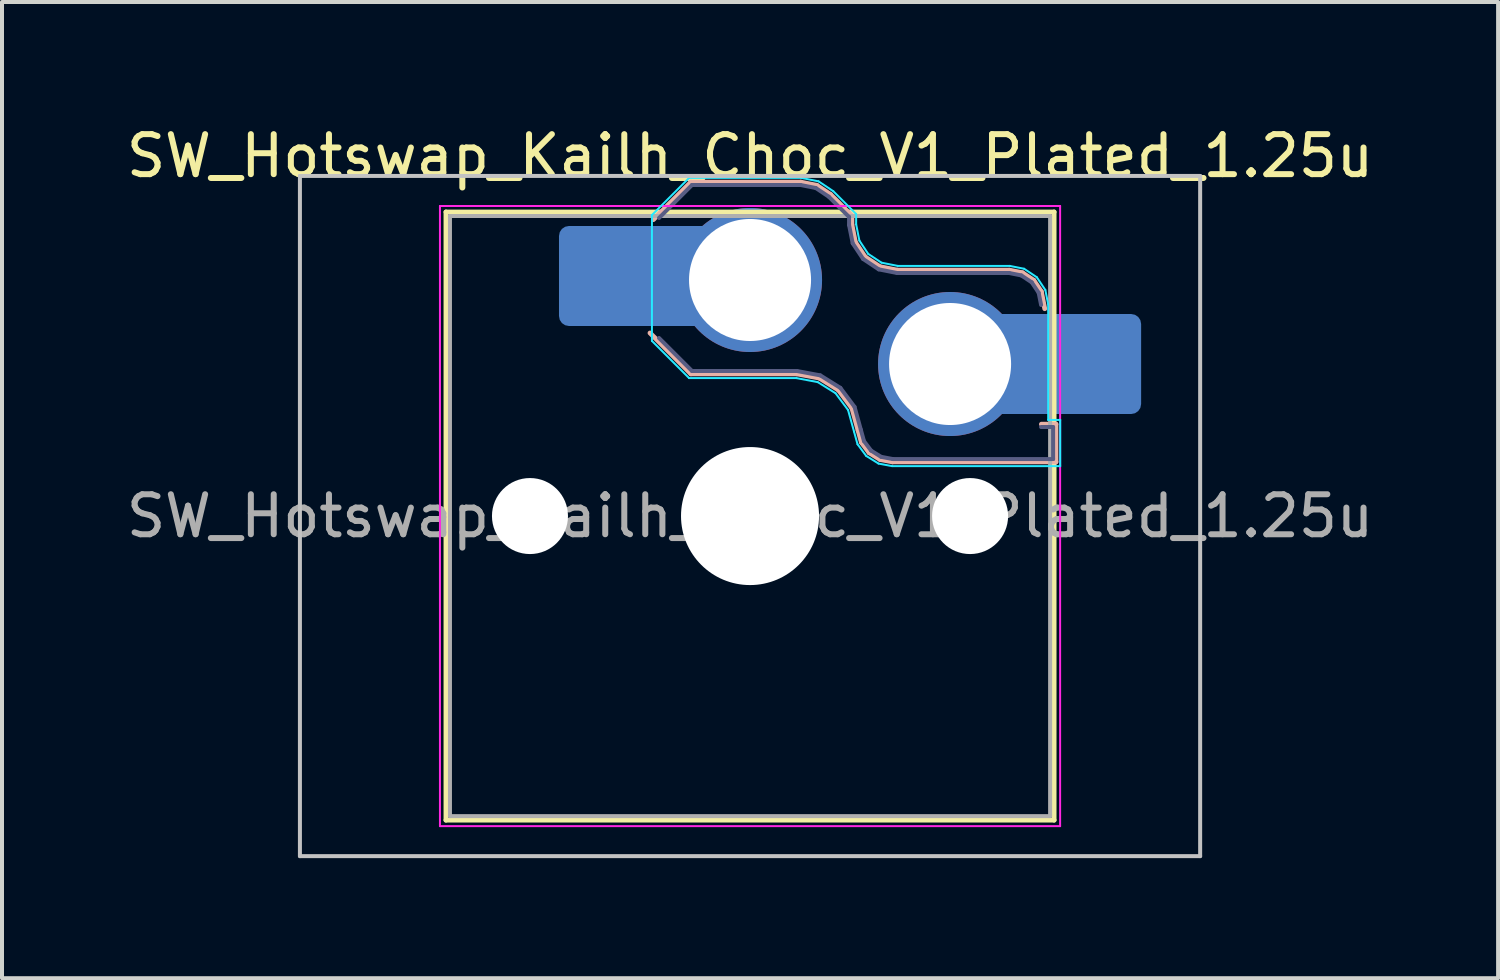
<source format=kicad_pcb>
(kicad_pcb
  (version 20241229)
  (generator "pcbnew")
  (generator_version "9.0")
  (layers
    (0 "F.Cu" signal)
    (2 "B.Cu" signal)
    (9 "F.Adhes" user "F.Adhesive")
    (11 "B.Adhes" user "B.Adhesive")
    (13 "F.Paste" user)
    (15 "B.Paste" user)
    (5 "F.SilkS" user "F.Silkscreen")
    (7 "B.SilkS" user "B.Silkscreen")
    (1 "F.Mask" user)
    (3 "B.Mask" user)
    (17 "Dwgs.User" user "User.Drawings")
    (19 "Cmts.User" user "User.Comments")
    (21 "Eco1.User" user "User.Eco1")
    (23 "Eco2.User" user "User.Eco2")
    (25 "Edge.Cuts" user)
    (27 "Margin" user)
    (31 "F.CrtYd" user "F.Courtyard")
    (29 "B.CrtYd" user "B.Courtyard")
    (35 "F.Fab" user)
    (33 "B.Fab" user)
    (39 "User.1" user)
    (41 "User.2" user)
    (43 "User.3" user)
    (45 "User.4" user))
  (footprint "SW_Hotswap_Kailh_Choc_V1_Plated_1.25u"
    (layer "F.Cu")
    (at 15.696 9.848)
    (property "Reference" "SW_Hotswap_Kailh_Choc_V1_Plated_1.25u" (at 0 -9 0) (layer "F.SilkS") (effects (font (size 1 1) (thickness 0.15))))
    (attr smd)
    (fp_line (start -7.6 -7.6) (end -7.6 7.6) (stroke (width 0.12) (type solid)) (layer "F.SilkS"))
    (fp_line (start -7.6 7.6) (end 7.6 7.6) (stroke (width 0.12) (type solid)) (layer "F.SilkS"))
    (fp_line (start 7.6 -7.6) (end -7.6 -7.6) (stroke (width 0.12) (type solid)) (layer "F.SilkS"))
    (fp_line (start 7.6 7.6) (end 7.6 -7.6) (stroke (width 0.12) (type solid)) (layer "F.SilkS"))
    (fp_line (start -2.416 -7.409) (end -1.479 -8.346) (stroke (width 0.12) (type solid)) (layer "B.SilkS"))
    (fp_line (start -1.479 -8.346) (end 1.268 -8.346) (stroke (width 0.12) (type solid)) (layer "B.SilkS"))
    (fp_line (start -1.479 -3.554) (end -2.5 -4.575) (stroke (width 0.12) (type solid)) (layer "B.SilkS"))
    (fp_line (start 1.168 -3.554) (end -1.479 -3.554) (stroke (width 0.12) (type solid)) (layer "B.SilkS"))
    (fp_line (start 1.268 -8.346) (end 1.671 -8.266) (stroke (width 0.12) (type solid)) (layer "B.SilkS"))
    (fp_line (start 1.671 -8.266) (end 2.013 -8.037) (stroke (width 0.12) (type solid)) (layer "B.SilkS"))
    (fp_line (start 1.73 -3.449) (end 1.168 -3.554) (stroke (width 0.12) (type solid)) (layer "B.SilkS"))
    (fp_line (start 2.013 -8.037) (end 2.546 -7.504) (stroke (width 0.12) (type solid)) (layer "B.SilkS"))
    (fp_line (start 2.209 -3.15) (end 1.73 -3.449) (stroke (width 0.12) (type solid)) (layer "B.SilkS"))
    (fp_line (start 2.546 -7.504) (end 2.546 -7.282) (stroke (width 0.12) (type solid)) (layer "B.SilkS"))
    (fp_line (start 2.546 -7.282) (end 2.633 -6.844) (stroke (width 0.12) (type solid)) (layer "B.SilkS"))
    (fp_line (start 2.547 -2.697) (end 2.209 -3.15) (stroke (width 0.12) (type solid)) (layer "B.SilkS"))
    (fp_line (start 2.633 -6.844) (end 2.877 -6.477) (stroke (width 0.12) (type solid)) (layer "B.SilkS"))
    (fp_line (start 2.701 -2.139) (end 2.547 -2.697) (stroke (width 0.12) (type solid)) (layer "B.SilkS"))
    (fp_line (start 2.783 -1.841) (end 2.701 -2.139) (stroke (width 0.12) (type solid)) (layer "B.SilkS"))
    (fp_line (start 2.877 -6.477) (end 3.244 -6.233) (stroke (width 0.12) (type solid)) (layer "B.SilkS"))
    (fp_line (start 2.976 -1.583) (end 2.783 -1.841) (stroke (width 0.12) (type solid)) (layer "B.SilkS"))
    (fp_line (start 3.244 -6.233) (end 3.682 -6.146) (stroke (width 0.12) (type solid)) (layer "B.SilkS"))
    (fp_line (start 3.25 -1.413) (end 2.976 -1.583) (stroke (width 0.12) (type solid)) (layer "B.SilkS"))
    (fp_line (start 3.56 -1.354) (end 3.25 -1.413) (stroke (width 0.12) (type solid)) (layer "B.SilkS"))
    (fp_line (start 3.682 -6.146) (end 6.482 -6.146) (stroke (width 0.12) (type solid)) (layer "B.SilkS"))
    (fp_line (start 6.482 -6.146) (end 6.809 -6.081) (stroke (width 0.12) (type solid)) (layer "B.SilkS"))
    (fp_line (start 6.809 -6.081) (end 7.092 -5.892) (stroke (width 0.12) (type solid)) (layer "B.SilkS"))
    (fp_line (start 7.092 -5.892) (end 7.281 -5.609) (stroke (width 0.12) (type solid)) (layer "B.SilkS"))
    (fp_line (start 7.281 -5.609) (end 7.366 -5.182) (stroke (width 0.12) (type solid)) (layer "B.SilkS"))
    (fp_line (start 7.283 -2.296) (end 7.646 -2.296) (stroke (width 0.12) (type solid)) (layer "B.SilkS"))
    (fp_line (start 7.646 -2.296) (end 7.646 -1.354) (stroke (width 0.12) (type solid)) (layer "B.SilkS"))
    (fp_line (start 7.646 -1.354) (end 3.56 -1.354) (stroke (width 0.12) (type solid)) (layer "B.SilkS"))
    (fp_line (start -11.25 -8.5) (end -11.25 8.5) (stroke (width 0.1) (type solid)) (layer "Dwgs.User"))
    (fp_line (start -11.25 8.5) (end 11.25 8.5) (stroke (width 0.1) (type solid)) (layer "Dwgs.User"))
    (fp_line (start 11.25 -8.5) (end -11.25 -8.5) (stroke (width 0.1) (type solid)) (layer "Dwgs.User"))
    (fp_line (start 11.25 8.5) (end 11.25 -8.5) (stroke (width 0.1) (type solid)) (layer "Dwgs.User"))
    (fp_line (start -7.25 -7.25) (end -7.25 7.25) (stroke (width 0.1) (type solid)) (layer "Eco1.User"))
    (fp_line (start -7.25 7.25) (end 7.25 7.25) (stroke (width 0.1) (type solid)) (layer "Eco1.User"))
    (fp_line (start 7.25 -7.25) (end -7.25 -7.25) (stroke (width 0.1) (type solid)) (layer "Eco1.User"))
    (fp_line (start 7.25 7.25) (end 7.25 -7.25) (stroke (width 0.1) (type solid)) (layer "Eco1.User"))
    (fp_line (start -2.452 -7.523) (end -1.523 -8.452) (stroke (width 0.05) (type solid)) (layer "B.CrtYd"))
    (fp_line (start -2.452 -4.377) (end -2.452 -7.523) (stroke (width 0.05) (type solid)) (layer "B.CrtYd"))
    (fp_line (start -1.523 -8.452) (end 1.278 -8.452) (stroke (width 0.05) (type solid)) (layer "B.CrtYd"))
    (fp_line (start -1.523 -3.448) (end -2.452 -4.377) (stroke (width 0.05) (type solid)) (layer "B.CrtYd"))
    (fp_line (start 1.159 -3.448) (end -1.523 -3.448) (stroke (width 0.05) (type solid)) (layer "B.CrtYd"))
    (fp_line (start 1.278 -8.452) (end 1.712 -8.366) (stroke (width 0.05) (type solid)) (layer "B.CrtYd"))
    (fp_line (start 1.691 -3.348) (end 1.159 -3.448) (stroke (width 0.05) (type solid)) (layer "B.CrtYd"))
    (fp_line (start 1.712 -8.366) (end 2.081 -8.119) (stroke (width 0.05) (type solid)) (layer "B.CrtYd"))
    (fp_line (start 2.081 -8.119) (end 2.652 -7.548) (stroke (width 0.05) (type solid)) (layer "B.CrtYd"))
    (fp_line (start 2.136 -3.071) (end 1.691 -3.348) (stroke (width 0.05) (type solid)) (layer "B.CrtYd"))
    (fp_line (start 2.45 -2.65) (end 2.136 -3.071) (stroke (width 0.05) (type solid)) (layer "B.CrtYd"))
    (fp_line (start 2.599 -2.111) (end 2.45 -2.65) (stroke (width 0.05) (type solid)) (layer "B.CrtYd"))
    (fp_line (start 2.652 -7.548) (end 2.652 -7.292) (stroke (width 0.05) (type solid)) (layer "B.CrtYd"))
    (fp_line (start 2.652 -7.292) (end 2.733 -6.885) (stroke (width 0.05) (type solid)) (layer "B.CrtYd"))
    (fp_line (start 2.687 -1.794) (end 2.599 -2.111) (stroke (width 0.05) (type solid)) (layer "B.CrtYd"))
    (fp_line (start 2.733 -6.885) (end 2.953 -6.553) (stroke (width 0.05) (type solid)) (layer "B.CrtYd"))
    (fp_line (start 2.903 -1.503) (end 2.687 -1.794) (stroke (width 0.05) (type solid)) (layer "B.CrtYd"))
    (fp_line (start 2.953 -6.553) (end 3.285 -6.333) (stroke (width 0.05) (type solid)) (layer "B.CrtYd"))
    (fp_line (start 3.211 -1.312) (end 2.903 -1.503) (stroke (width 0.05) (type solid)) (layer "B.CrtYd"))
    (fp_line (start 3.285 -6.333) (end 3.692 -6.252) (stroke (width 0.05) (type solid)) (layer "B.CrtYd"))
    (fp_line (start 3.55 -1.248) (end 3.211 -1.312) (stroke (width 0.05) (type solid)) (layer "B.CrtYd"))
    (fp_line (start 3.692 -6.252) (end 6.492 -6.252) (stroke (width 0.05) (type solid)) (layer "B.CrtYd"))
    (fp_line (start 6.492 -6.252) (end 6.85 -6.181) (stroke (width 0.05) (type solid)) (layer "B.CrtYd"))
    (fp_line (start 6.85 -6.181) (end 7.168 -5.968) (stroke (width 0.05) (type solid)) (layer "B.CrtYd"))
    (fp_line (start 7.168 -5.968) (end 7.381 -5.65) (stroke (width 0.05) (type solid)) (layer "B.CrtYd"))
    (fp_line (start 7.381 -5.65) (end 7.452 -5.292) (stroke (width 0.05) (type solid)) (layer "B.CrtYd"))
    (fp_line (start 7.452 -5.292) (end 7.452 -2.402) (stroke (width 0.05) (type solid)) (layer "B.CrtYd"))
    (fp_line (start 7.452 -2.402) (end 7.752 -2.402) (stroke (width 0.05) (type solid)) (layer "B.CrtYd"))
    (fp_line (start 7.752 -2.402) (end 7.752 -1.248) (stroke (width 0.05) (type solid)) (layer "B.CrtYd"))
    (fp_line (start 7.752 -1.248) (end 3.55 -1.248) (stroke (width 0.05) (type solid)) (layer "B.CrtYd"))
    (fp_line (start -7.75 -7.75) (end -7.75 7.75) (stroke (width 0.05) (type solid)) (layer "F.CrtYd"))
    (fp_line (start -7.75 7.75) (end 7.75 7.75) (stroke (width 0.05) (type solid)) (layer "F.CrtYd"))
    (fp_line (start 7.75 -7.75) (end -7.75 -7.75) (stroke (width 0.05) (type solid)) (layer "F.CrtYd"))
    (fp_line (start 7.75 7.75) (end 7.75 -7.75) (stroke (width 0.05) (type solid)) (layer "F.CrtYd"))
    (fp_line (start -2.275 -7.45) (end -1.45 -8.275) (stroke (width 0.1) (type solid)) (layer "B.Fab"))
    (fp_line (start -1.45 -8.275) (end 1.261 -8.275) (stroke (width 0.1) (type solid)) (layer "B.Fab"))
    (fp_line (start -1.45 -3.625) (end -2.275 -4.45) (stroke (width 0.1) (type solid)) (layer "B.Fab"))
    (fp_line (start 1.175 -3.625) (end -1.45 -3.625) (stroke (width 0.1) (type solid)) (layer "B.Fab"))
    (fp_line (start 1.261 -8.275) (end 1.643 -8.199) (stroke (width 0.1) (type solid)) (layer "B.Fab"))
    (fp_line (start 1.643 -8.199) (end 1.968 -7.982) (stroke (width 0.1) (type solid)) (layer "B.Fab"))
    (fp_line (start 1.756 -3.516) (end 1.175 -3.625) (stroke (width 0.1) (type solid)) (layer "B.Fab"))
    (fp_line (start 1.968 -7.982) (end 2.475 -7.475) (stroke (width 0.1) (type solid)) (layer "B.Fab"))
    (fp_line (start 2.258 -3.203) (end 1.756 -3.516) (stroke (width 0.1) (type solid)) (layer "B.Fab"))
    (fp_line (start 2.475 -7.475) (end 2.475 -7.275) (stroke (width 0.1) (type solid)) (layer "B.Fab"))
    (fp_line (start 2.475 -7.275) (end 2.566 -6.816) (stroke (width 0.1) (type solid)) (layer "B.Fab"))
    (fp_line (start 2.566 -6.816) (end 2.826 -6.426) (stroke (width 0.1) (type solid)) (layer "B.Fab"))
    (fp_line (start 2.612 -2.729) (end 2.258 -3.203) (stroke (width 0.1) (type solid)) (layer "B.Fab"))
    (fp_line (start 2.769 -2.158) (end 2.612 -2.729) (stroke (width 0.1) (type solid)) (layer "B.Fab"))
    (fp_line (start 2.826 -6.426) (end 3.216 -6.166) (stroke (width 0.1) (type solid)) (layer "B.Fab"))
    (fp_line (start 2.848 -1.873) (end 2.769 -2.158) (stroke (width 0.1) (type solid)) (layer "B.Fab"))
    (fp_line (start 3.025 -1.636) (end 2.848 -1.873) (stroke (width 0.1) (type solid)) (layer "B.Fab"))
    (fp_line (start 3.216 -6.166) (end 3.675 -6.075) (stroke (width 0.1) (type solid)) (layer "B.Fab"))
    (fp_line (start 3.276 -1.48) (end 3.025 -1.636) (stroke (width 0.1) (type solid)) (layer "B.Fab"))
    (fp_line (start 3.567 -1.425) (end 3.276 -1.48) (stroke (width 0.1) (type solid)) (layer "B.Fab"))
    (fp_line (start 3.675 -6.075) (end 6.475 -6.075) (stroke (width 0.1) (type solid)) (layer "B.Fab"))
    (fp_line (start 6.475 -6.075) (end 6.781 -6.014) (stroke (width 0.1) (type solid)) (layer "B.Fab"))
    (fp_line (start 6.781 -6.014) (end 7.041 -5.841) (stroke (width 0.1) (type solid)) (layer "B.Fab"))
    (fp_line (start 7.041 -5.841) (end 7.214 -5.581) (stroke (width 0.1) (type solid)) (layer "B.Fab"))
    (fp_line (start 7.214 -5.581) (end 7.275 -5.275) (stroke (width 0.1) (type solid)) (layer "B.Fab"))
    (fp_line (start 7.275 -2.225) (end 7.575 -2.225) (stroke (width 0.1) (type solid)) (layer "B.Fab"))
    (fp_line (start 7.575 -2.225) (end 7.575 -1.425) (stroke (width 0.1) (type solid)) (layer "B.Fab"))
    (fp_line (start 7.575 -1.425) (end 3.567 -1.425) (stroke (width 0.1) (type solid)) (layer "B.Fab"))
    (fp_line (start -7.5 -7.5) (end -7.5 7.5) (stroke (width 0.1) (type solid)) (layer "F.Fab"))
    (fp_line (start -7.5 7.5) (end 7.5 7.5) (stroke (width 0.1) (type solid)) (layer "F.Fab"))
    (fp_line (start 7.5 -7.5) (end -7.5 -7.5) (stroke (width 0.1) (type solid)) (layer "F.Fab"))
    (fp_line (start 7.5 7.5) (end 7.5 -7.5) (stroke (width 0.1) (type solid)) (layer "F.Fab"))
    (fp_text user "${REFERENCE}" (at 0 0 0) (layer "F.Fab") (effects (font (size 1 1) (thickness 0.15))))
    (pad "" np_thru_hole circle (at -5.5 0) (size 1.9 1.9) (drill 1.9) (layers "*.Cu" "*.Mask"))
    (pad "" smd roundrect (at -3.5 -6) (size 2.55 2.5) (layers "B.Mask" "B.Paste") (roundrect_rratio 0.1))
    (pad "" np_thru_hole circle (at 0 0) (size 3.45 3.45) (drill 3.45) (layers "*.Cu" "*.Mask"))
    (pad "" np_thru_hole circle (at 5.5 0) (size 1.9 1.9) (drill 1.9) (layers "*.Cu" "*.Mask"))
    (pad "" smd roundrect (at 8.5 -3.8) (size 2.55 2.5) (layers "B.Mask" "B.Paste") (roundrect_rratio 0.1))
    (pad "1" smd roundrect (at -2.85 -6) (size 3.85 2.5) (layers "B.Cu") (roundrect_rratio 0.1))
    (pad "1" thru_hole circle (at 0 -5.9) (size 3.6 3.6) (drill 3.05) (layers "*.Cu" "*.Mask"))
    (pad "2" thru_hole circle (at 5 -3.8) (size 3.6 3.6) (drill 3.05) (layers "*.Cu" "*.Mask"))
    (pad "2" smd roundrect (at 7.85 -3.8) (size 3.85 2.5) (layers "B.Cu") (roundrect_rratio 0.1)))
  (gr_rect
    (start -3 -3)
    (end 34.393 21.398)
    (stroke (width 0.1) (type default))
    (fill no)
    (layer "Edge.Cuts")))
</source>
